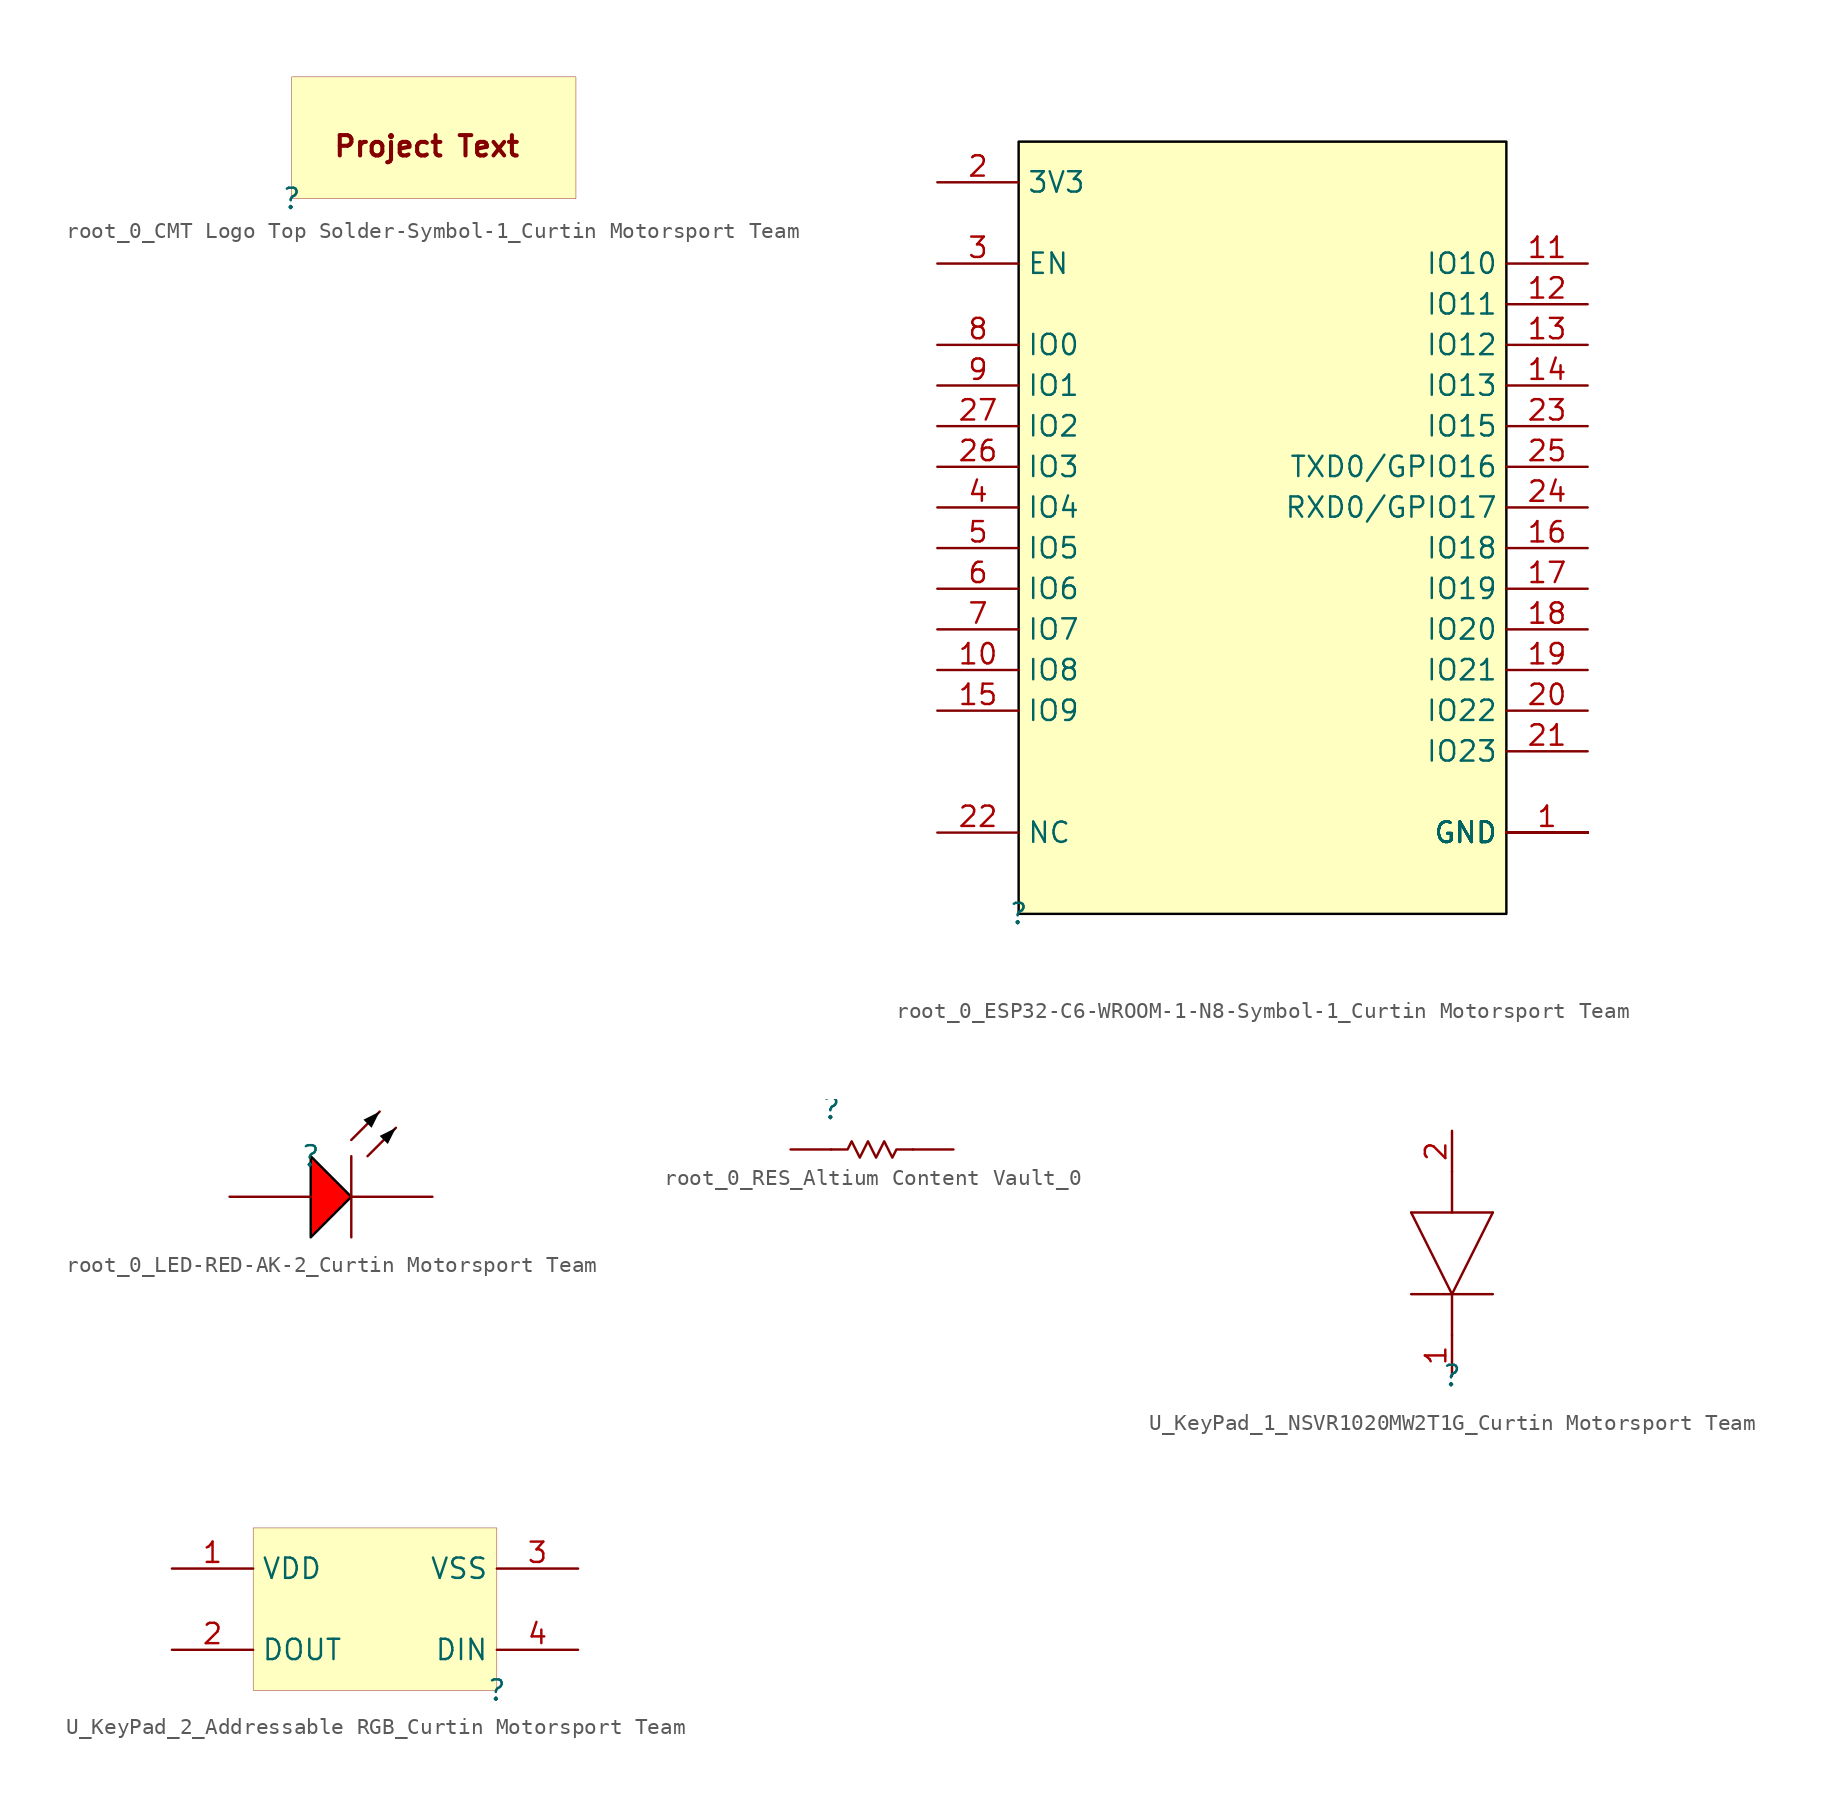
<source format=kicad_sym>
(kicad_symbol_lib
  (version 20241209)
  (generator "kicad_symbol_editor")
  (generator_version "9.0")
  (symbol "root_0_CMT Logo Top Solder-Symbol-1_Curtin Motorsport Team"
    (pin_numbers
      (hide yes))
    (pin_names
      (hide yes))
    (property "Reference" ""
      (at 0 0 0)
      (effects (font (size 1.27 1.27))))
    (property "Value" ""
      (at 0 0 0)
      (effects (font (size 1.27 1.27))))
    (symbol "root_0_CMT Logo Top Solder-Symbol-1_Curtin Motorsport Team_1_0"
      (rectangle (start 17.78 7.62) (end 0 0) (stroke (width 0.025) (type solid) (color 128 0 0 1)) (fill (type background)))
      (text "Project Text" (at 2.54 2.54 0) (effects (font (size 1.27 1.27) (thickness 0.254) (bold yes)) (justify left bottom)))))
  (symbol "root_0_ESP32-C6-WROOM-1-N8-Symbol-1_Curtin Motorsport Team"
    (property "Reference" ""
      (at 0 0 0)
      (effects (font (size 1.27 1.27))))
    (property "Value" ""
      (at 0 0 0)
      (effects (font (size 1.27 1.27))))
    (symbol "root_0_ESP32-C6-WROOM-1-N8-Symbol-1_Curtin Motorsport Team_1_0"
      (rectangle (start 30.48 48.26) (end 0 0) (stroke (width 0) (type solid) (color 0 0 0 1)) (fill (type background)))
      (pin power_in line (at -5.08 45.72 0) (length 5.08) (name "3V3" (effects (font (size 1.27 1.27)))) (number "2" (effects (font (size 1.27 1.27)))))
      (pin input line (at -5.08 40.64 0) (length 5.08) (name "EN" (effects (font (size 1.27 1.27)))) (number "3" (effects (font (size 1.27 1.27)))))
      (pin bidirectional line (at -5.08 35.56 0) (length 5.08) (name "IO0" (effects (font (size 1.27 1.27)))) (number "8" (effects (font (size 1.27 1.27)))))
      (pin bidirectional line (at -5.08 33.02 0) (length 5.08) (name "IO1" (effects (font (size 1.27 1.27)))) (number "9" (effects (font (size 1.27 1.27)))))
      (pin bidirectional line (at -5.08 30.48 0) (length 5.08) (name "IO2" (effects (font (size 1.27 1.27)))) (number "27" (effects (font (size 1.27 1.27)))))
      (pin bidirectional line (at -5.08 27.94 0) (length 5.08) (name "IO3" (effects (font (size 1.27 1.27)))) (number "26" (effects (font (size 1.27 1.27)))))
      (pin bidirectional line (at -5.08 25.4 0) (length 5.08) (name "IO4" (effects (font (size 1.27 1.27)))) (number "4" (effects (font (size 1.27 1.27)))))
      (pin bidirectional line (at -5.08 22.86 0) (length 5.08) (name "IO5" (effects (font (size 1.27 1.27)))) (number "5" (effects (font (size 1.27 1.27)))))
      (pin bidirectional line (at -5.08 20.32 0) (length 5.08) (name "IO6" (effects (font (size 1.27 1.27)))) (number "6" (effects (font (size 1.27 1.27)))))
      (pin bidirectional line (at -5.08 17.78 0) (length 5.08) (name "IO7" (effects (font (size 1.27 1.27)))) (number "7" (effects (font (size 1.27 1.27)))))
      (pin bidirectional line (at -5.08 15.24 0) (length 5.08) (name "IO8" (effects (font (size 1.27 1.27)))) (number "10" (effects (font (size 1.27 1.27)))))
      (pin bidirectional line (at -5.08 12.7 0) (length 5.08) (name "IO9" (effects (font (size 1.27 1.27)))) (number "15" (effects (font (size 1.27 1.27)))))
      (pin passive line (at -5.08 5.08 0) (length 5.08) (name "NC" (effects (font (size 1.27 1.27)))) (number "22" (effects (font (size 1.27 1.27)))))
      (pin bidirectional line (at 35.56 40.64 180) (length 5.08) (name "IO10" (effects (font (size 1.27 1.27)))) (number "11" (effects (font (size 1.27 1.27)))))
      (pin bidirectional line (at 35.56 38.1 180) (length 5.08) (name "IO11" (effects (font (size 1.27 1.27)))) (number "12" (effects (font (size 1.27 1.27)))))
      (pin bidirectional line (at 35.56 35.56 180) (length 5.08) (name "IO12" (effects (font (size 1.27 1.27)))) (number "13" (effects (font (size 1.27 1.27)))))
      (pin bidirectional line (at 35.56 33.02 180) (length 5.08) (name "IO13" (effects (font (size 1.27 1.27)))) (number "14" (effects (font (size 1.27 1.27)))))
      (pin bidirectional line (at 35.56 30.48 180) (length 5.08) (name "IO15" (effects (font (size 1.27 1.27)))) (number "23" (effects (font (size 1.27 1.27)))))
      (pin bidirectional line (at 35.56 27.94 180) (length 5.08) (name "TXD0/GPIO16" (effects (font (size 1.27 1.27)))) (number "25" (effects (font (size 1.27 1.27)))))
      (pin bidirectional line (at 35.56 25.4 180) (length 5.08) (name "RXD0/GPIO17" (effects (font (size 1.27 1.27)))) (number "24" (effects (font (size 1.27 1.27)))))
      (pin bidirectional line (at 35.56 22.86 180) (length 5.08) (name "IO18" (effects (font (size 1.27 1.27)))) (number "16" (effects (font (size 1.27 1.27)))))
      (pin bidirectional line (at 35.56 20.32 180) (length 5.08) (name "IO19" (effects (font (size 1.27 1.27)))) (number "17" (effects (font (size 1.27 1.27)))))
      (pin bidirectional line (at 35.56 17.78 180) (length 5.08) (name "IO20" (effects (font (size 1.27 1.27)))) (number "18" (effects (font (size 1.27 1.27)))))
      (pin bidirectional line (at 35.56 15.24 180) (length 5.08) (name "IO21" (effects (font (size 1.27 1.27)))) (number "19" (effects (font (size 1.27 1.27)))))
      (pin bidirectional line (at 35.56 12.7 180) (length 5.08) (name "IO22" (effects (font (size 1.27 1.27)))) (number "20" (effects (font (size 1.27 1.27)))))
      (pin bidirectional line (at 35.56 10.16 180) (length 5.08) (name "IO23" (effects (font (size 1.27 1.27)))) (number "21" (effects (font (size 1.27 1.27)))))
      (pin power_in line (at 35.56 5.08 180) (length 5.08) (name "GND" (effects (font (size 1.27 1.27)))) (number "1" (effects (font (size 1.27 1.27)))))
      (pin power_in line (at 35.56 5.08 180) (length 5.08) (name "GND" (effects (font (size 1.27 1.27)))) (number "28" (effects (font (size 0 0)))))
      (pin power_in line (at 35.56 5.08 180) (length 5.08) (name "GND" (effects (font (size 1.27 1.27)))) (number "29_1" (effects (font (size 0 0)))))
      (pin power_in line (at 35.56 5.08 180) (length 5.08) (name "GND" (effects (font (size 1.27 1.27)))) (number "29_2" (effects (font (size 0 0)))))
      (pin power_in line (at 35.56 5.08 180) (length 5.08) (name "GND" (effects (font (size 1.27 1.27)))) (number "29_3" (effects (font (size 0 0)))))
      (pin power_in line (at 35.56 5.08 180) (length 5.08) (name "GND" (effects (font (size 1.27 1.27)))) (number "29_4" (effects (font (size 0 0)))))
      (pin power_in line (at 35.56 5.08 180) (length 5.08) (name "GND" (effects (font (size 1.27 1.27)))) (number "29_5" (effects (font (size 0 0)))))
      (pin power_in line (at 35.56 5.08 180) (length 5.08) (name "GND" (effects (font (size 1.27 1.27)))) (number "29_6" (effects (font (size 0 0)))))
      (pin power_in line (at 35.56 5.08 180) (length 5.08) (name "GND" (effects (font (size 1.27 1.27)))) (number "29_7" (effects (font (size 0 0)))))
      (pin power_in line (at 35.56 5.08 180) (length 5.08) (name "GND" (effects (font (size 1.27 1.27)))) (number "29_8" (effects (font (size 0 0)))))
      (pin power_in line (at 35.56 5.08 180) (length 5.08) (name "GND" (effects (font (size 1.27 1.27)))) (number "29_9" (effects (font (size 0 0)))))))
  (symbol "root_0_LED-RED-AK-2_Curtin Motorsport Team"
    (pin_numbers
      (hide yes))
    (pin_names
      (hide yes))
    (property "Reference" ""
      (at 0 0 0)
      (effects (font (size 1.27 1.27))))
    (property "Value" ""
      (at 0 0 0)
      (effects (font (size 1.27 1.27))))
    (symbol "root_0_LED-RED-AK-2_Curtin Motorsport Team_1_0"
      (polyline (pts (xy 0 -5.08) (xy 2.54 -2.54) (xy 0 0) (xy 0 -5.08)) (stroke (width 0) (type solid) (color 0 0 0 1)) (fill (type color) (color 255 0 0 1)))
      (polyline (pts (xy 2.54 1.016) (xy 4.318 2.794)) (stroke (width 0) (type solid)) (fill (type none)))
      (polyline (pts (xy 2.54 0) (xy 2.54 -5.08)) (stroke (width 0) (type solid)) (fill (type none)))
      (polyline (pts (xy 3.556 0) (xy 5.334 1.778)) (stroke (width 0) (type solid)) (fill (type none)))
      (polyline (pts (xy 4.318 2.794) (xy 3.302 2.286) (xy 3.81 1.778) (xy 4.318 2.794)) (stroke (width -0.0001) (type solid) (color 0 0 0 1)) (fill (type outline)))
      (polyline (pts (xy 5.334 1.778) (xy 4.318 1.27) (xy 4.826 0.762) (xy 5.334 1.778)) (stroke (width -0.0001) (type solid) (color 0 0 0 1)) (fill (type outline)))
      (pin passive line (at -5.08 -2.54 0) (length 5.08) (name "A" (effects (font (size 1.27 1.27)))) (number "1" (effects (font (size 1.27 1.27)))))
      (pin passive line (at 7.62 -2.54 180) (length 5.08) (name "K" (effects (font (size 1.27 1.27)))) (number "2" (effects (font (size 1.27 1.27)))))))
  (symbol "root_0_RES_Altium Content Vault_0"
    (pin_numbers
      (hide yes))
    (pin_names
      (hide yes))
    (property "Reference" ""
      (at 0 0 0)
      (effects (font (size 1.27 1.27))))
    (property "Value" ""
      (at 0 0 0)
      (effects (font (size 1.27 1.27))))
    (symbol "root_0_RES_Altium Content Vault_0_1_0"
      (polyline (pts (xy 5.08 -2.54) (xy 4.064 -2.54) (xy 3.81 -3.048) (xy 3.302 -2.032) (xy 2.794 -3.048) (xy 2.286 -2.032) (xy 1.778 -3.048) (xy 1.27 -2.032) (xy 1.016 -2.54) (xy 0 -2.54)) (stroke (width 0) (type solid)) (fill (type none)))
      (pin passive line (at -2.54 -2.54 0) (length 2.54) (name "1" (effects (font (size 1.27 1.27)))) (number "1" (effects (font (size 1.27 1.27)))))
      (pin passive line (at 7.62 -2.54 180) (length 2.54) (name "2" (effects (font (size 1.27 1.27)))) (number "2" (effects (font (size 1.27 1.27)))))))
  (symbol "U_KeyPad_1_NSVR1020MW2T1G_Curtin Motorsport Team"
    (pin_names
      (hide yes))
    (property "Reference" ""
      (at 0 0 0)
      (effects (font (size 1.27 1.27))))
    (property "Value" ""
      (at 0 0 0)
      (effects (font (size 1.27 1.27))))
    (symbol "U_KeyPad_1_NSVR1020MW2T1G_Curtin Motorsport Team_1_0"
      (polyline (pts (xy -2.54 10.16) (xy 2.54 10.16)) (stroke (width 0) (type solid)) (fill (type none)))
      (polyline (pts (xy -2.54 5.08) (xy 2.54 5.08)) (stroke (width 0) (type solid)) (fill (type none)))
      (polyline (pts (xy 0 10.16) (xy 0 12.7)) (stroke (width 0) (type solid)) (fill (type none)))
      (polyline (pts (xy 0 5.08) (xy -2.54 10.16)) (stroke (width 0) (type solid)) (fill (type none)))
      (polyline (pts (xy 0 2.54) (xy 0 5.08)) (stroke (width 0) (type solid)) (fill (type none)))
      (polyline (pts (xy 2.54 10.16) (xy 0 5.08)) (stroke (width 0) (type solid)) (fill (type none)))
      (pin passive line (at 0 15.24 270) (length 2.54) (name "A" (effects (font (size 1.27 1.27)))) (number "2" (effects (font (size 1.27 1.27)))))
      (pin passive line (at 0 0 90) (length 2.54) (name "K" (effects (font (size 1.27 1.27)))) (number "1" (effects (font (size 1.27 1.27)))))))
  (symbol "U_KeyPad_2_Addressable RGB_Curtin Motorsport Team"
    (property "Reference" ""
      (at 0 0 0)
      (effects (font (size 1.27 1.27))))
    (property "Value" ""
      (at 0 0 0)
      (effects (font (size 1.27 1.27))))
    (symbol "U_KeyPad_2_Addressable RGB_Curtin Motorsport Team_1_0"
      (rectangle (start 0 10.16) (end -15.24 0) (stroke (width 0.025) (type solid) (color 128 0 0 1)) (fill (type background)))
      (pin power_in line (at -20.32 7.62 0) (length 5.08) (name "VDD" (effects (font (size 1.27 1.27)))) (number "1" (effects (font (size 1.27 1.27)))))
      (pin output line (at -20.32 2.54 0) (length 5.08) (name "DOUT" (effects (font (size 1.27 1.27)))) (number "2" (effects (font (size 1.27 1.27)))))
      (pin power_in line (at 5.08 7.62 180) (length 5.08) (name "VSS" (effects (font (size 1.27 1.27)))) (number "3" (effects (font (size 1.27 1.27)))))
      (pin input line (at 5.08 2.54 180) (length 5.08) (name "DIN" (effects (font (size 1.27 1.27)))) (number "4" (effects (font (size 1.27 1.27))))))))
</source>
